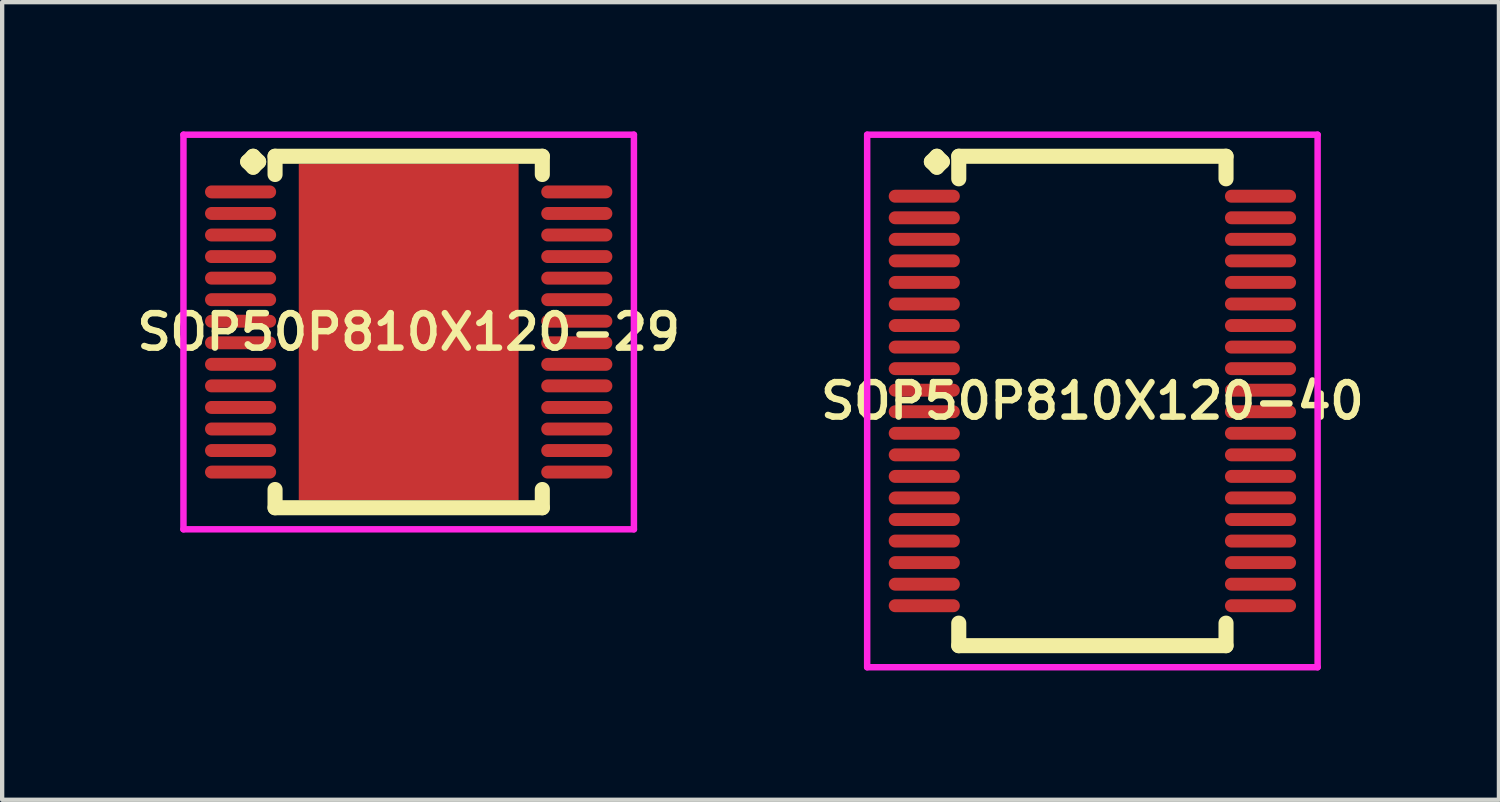
<source format=kicad_pcb>
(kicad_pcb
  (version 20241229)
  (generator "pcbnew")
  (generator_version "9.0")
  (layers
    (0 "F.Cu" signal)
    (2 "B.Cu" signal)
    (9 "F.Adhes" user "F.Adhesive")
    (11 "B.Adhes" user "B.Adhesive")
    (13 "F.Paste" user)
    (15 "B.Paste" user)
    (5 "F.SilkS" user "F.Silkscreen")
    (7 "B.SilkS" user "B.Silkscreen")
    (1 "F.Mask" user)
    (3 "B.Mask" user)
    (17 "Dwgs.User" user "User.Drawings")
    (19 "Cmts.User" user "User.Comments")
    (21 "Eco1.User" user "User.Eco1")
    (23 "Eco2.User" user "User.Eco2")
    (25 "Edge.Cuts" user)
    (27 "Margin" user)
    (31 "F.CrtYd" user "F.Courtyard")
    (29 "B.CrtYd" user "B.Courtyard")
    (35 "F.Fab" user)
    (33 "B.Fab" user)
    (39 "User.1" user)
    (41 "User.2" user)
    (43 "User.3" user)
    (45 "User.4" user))
  (footprint "SOP50P810X120-29"
    (layer "F.Cu")
    (at 6.431 4.652)
    (property "Reference" "SOP50P810X120-29" (at 0 0 0) (layer "F.SilkS") (effects (font (size 0.8 0.8) (thickness 0.15))))
    (attr through_hole)
    (fp_line (start -3.735 -3.95) (end -3.608 -4.077) (stroke (width 0.35) (type solid)) (layer "F.SilkS"))
    (fp_line (start -3.608 -4.077) (end -3.481 -3.95) (stroke (width 0.35) (type solid)) (layer "F.SilkS"))
    (fp_line (start -3.608 -3.823) (end -3.735 -3.95) (stroke (width 0.35) (type solid)) (layer "F.SilkS"))
    (fp_line (start -3.481 -3.95) (end -3.608 -3.823) (stroke (width 0.35) (type solid)) (layer "F.SilkS"))
    (fp_line (start -3.1 -4.077) (end 3.1 -4.077) (stroke (width 0.35) (type solid)) (layer "F.SilkS"))
    (fp_line (start -3.1 -3.654) (end -3.1 -4.077) (stroke (width 0.35) (type solid)) (layer "F.SilkS"))
    (fp_line (start -3.1 3.654) (end -3.1 4.077) (stroke (width 0.35) (type solid)) (layer "F.SilkS"))
    (fp_line (start -3.1 4.077) (end 3.1 4.077) (stroke (width 0.35) (type solid)) (layer "F.SilkS"))
    (fp_line (start 3.1 -4.077) (end 3.1 -3.654) (stroke (width 0.35) (type solid)) (layer "F.SilkS"))
    (fp_line (start 3.1 4.077) (end 3.1 3.654) (stroke (width 0.35) (type solid)) (layer "F.SilkS"))
    (fp_line (start -5.225 -4.577) (end 5.225 -4.577) (stroke (width 0.15) (type solid)) (layer "F.CrtYd"))
    (fp_line (start -5.225 4.577) (end -5.225 -4.577) (stroke (width 0.15) (type solid)) (layer "F.CrtYd"))
    (fp_line (start 5.225 -4.577) (end 5.225 4.577) (stroke (width 0.15) (type solid)) (layer "F.CrtYd"))
    (fp_line (start 5.225 4.577) (end -5.225 4.577) (stroke (width 0.15) (type solid)) (layer "F.CrtYd"))
    (pad "1" smd oval (at -3.9 -3.25) (size 1.65 0.3) (layers "F.Cu" "F.Mask" "F.Paste"))
    (pad "2" smd oval (at -3.9 -2.75) (size 1.65 0.3) (layers "F.Cu" "F.Mask" "F.Paste"))
    (pad "3" smd oval (at -3.9 -2.25) (size 1.65 0.3) (layers "F.Cu" "F.Mask" "F.Paste"))
    (pad "4" smd oval (at -3.9 -1.75) (size 1.65 0.3) (layers "F.Cu" "F.Mask" "F.Paste"))
    (pad "5" smd oval (at -3.9 -1.25) (size 1.65 0.3) (layers "F.Cu" "F.Mask" "F.Paste"))
    (pad "6" smd oval (at -3.9 -0.75) (size 1.65 0.3) (layers "F.Cu" "F.Mask" "F.Paste"))
    (pad "7" smd oval (at -3.9 -0.25) (size 1.65 0.3) (layers "F.Cu" "F.Mask" "F.Paste"))
    (pad "8" smd oval (at -3.9 0.25) (size 1.65 0.3) (layers "F.Cu" "F.Mask" "F.Paste"))
    (pad "9" smd oval (at -3.9 0.75) (size 1.65 0.3) (layers "F.Cu" "F.Mask" "F.Paste"))
    (pad "10" smd oval (at -3.9 1.25) (size 1.65 0.3) (layers "F.Cu" "F.Mask" "F.Paste"))
    (pad "11" smd oval (at -3.9 1.75) (size 1.65 0.3) (layers "F.Cu" "F.Mask" "F.Paste"))
    (pad "12" smd oval (at -3.9 2.25) (size 1.65 0.3) (layers "F.Cu" "F.Mask" "F.Paste"))
    (pad "13" smd oval (at -3.9 2.75) (size 1.65 0.3) (layers "F.Cu" "F.Mask" "F.Paste"))
    (pad "14" smd oval (at -3.9 3.25) (size 1.65 0.3) (layers "F.Cu" "F.Mask" "F.Paste"))
    (pad "15" smd oval (at 3.9 3.25) (size 1.65 0.3) (layers "F.Cu" "F.Mask" "F.Paste"))
    (pad "16" smd oval (at 3.9 2.75) (size 1.65 0.3) (layers "F.Cu" "F.Mask" "F.Paste"))
    (pad "17" smd oval (at 3.9 2.25) (size 1.65 0.3) (layers "F.Cu" "F.Mask" "F.Paste"))
    (pad "18" smd oval (at 3.9 1.75) (size 1.65 0.3) (layers "F.Cu" "F.Mask" "F.Paste"))
    (pad "19" smd oval (at 3.9 1.25) (size 1.65 0.3) (layers "F.Cu" "F.Mask" "F.Paste"))
    (pad "20" smd oval (at 3.9 0.75) (size 1.65 0.3) (layers "F.Cu" "F.Mask" "F.Paste"))
    (pad "21" smd oval (at 3.9 0.25) (size 1.65 0.3) (layers "F.Cu" "F.Mask" "F.Paste"))
    (pad "22" smd oval (at 3.9 -0.25) (size 1.65 0.3) (layers "F.Cu" "F.Mask" "F.Paste"))
    (pad "23" smd oval (at 3.9 -0.75) (size 1.65 0.3) (layers "F.Cu" "F.Mask" "F.Paste"))
    (pad "24" smd oval (at 3.9 -1.25) (size 1.65 0.3) (layers "F.Cu" "F.Mask" "F.Paste"))
    (pad "25" smd oval (at 3.9 -1.75) (size 1.65 0.3) (layers "F.Cu" "F.Mask" "F.Paste"))
    (pad "26" smd oval (at 3.9 -2.25) (size 1.65 0.3) (layers "F.Cu" "F.Mask" "F.Paste"))
    (pad "27" smd oval (at 3.9 -2.75) (size 1.65 0.3) (layers "F.Cu" "F.Mask" "F.Paste"))
    (pad "28" smd oval (at 3.9 -3.25) (size 1.65 0.3) (layers "F.Cu" "F.Mask" "F.Paste"))
    (pad "29" smd rect (at 0 0) (size 5.1 7.8) (layers "F.Cu" "F.Mask" "F.Paste")))
  (footprint "SOP50P810X120-40"
    (layer "F.Cu")
    (at 22.292 6.252)
    (property "Reference" "SOP50P810X120-40" (at 0 0 0) (layer "F.SilkS") (effects (font (size 0.8 0.8) (thickness 0.15))))
    (attr smd)
    (fp_line (start -3.735 -5.55) (end -3.608 -5.677) (stroke (width 0.35) (type solid)) (layer "F.SilkS"))
    (fp_line (start -3.608 -5.677) (end -3.481 -5.55) (stroke (width 0.35) (type solid)) (layer "F.SilkS"))
    (fp_line (start -3.608 -5.423) (end -3.735 -5.55) (stroke (width 0.35) (type solid)) (layer "F.SilkS"))
    (fp_line (start -3.481 -5.55) (end -3.608 -5.423) (stroke (width 0.35) (type solid)) (layer "F.SilkS"))
    (fp_line (start -3.1 -5.677) (end 3.1 -5.677) (stroke (width 0.35) (type solid)) (layer "F.SilkS"))
    (fp_line (start -3.1 -5.154) (end -3.1 -5.677) (stroke (width 0.35) (type solid)) (layer "F.SilkS"))
    (fp_line (start -3.1 5.154) (end -3.1 5.677) (stroke (width 0.35) (type solid)) (layer "F.SilkS"))
    (fp_line (start -3.1 5.677) (end 3.1 5.677) (stroke (width 0.35) (type solid)) (layer "F.SilkS"))
    (fp_line (start 3.1 -5.677) (end 3.1 -5.154) (stroke (width 0.35) (type solid)) (layer "F.SilkS"))
    (fp_line (start 3.1 5.677) (end 3.1 5.154) (stroke (width 0.35) (type solid)) (layer "F.SilkS"))
    (fp_line (start -5.225 -6.177) (end 5.225 -6.177) (stroke (width 0.15) (type solid)) (layer "F.CrtYd"))
    (fp_line (start -5.225 6.177) (end -5.225 -6.177) (stroke (width 0.15) (type solid)) (layer "F.CrtYd"))
    (fp_line (start 5.225 -6.177) (end 5.225 6.177) (stroke (width 0.15) (type solid)) (layer "F.CrtYd"))
    (fp_line (start 5.225 6.177) (end -5.225 6.177) (stroke (width 0.15) (type solid)) (layer "F.CrtYd"))
    (pad "1" smd oval (at -3.9 -4.75) (size 1.65 0.3) (layers "F.Cu" "F.Mask" "F.Paste"))
    (pad "2" smd oval (at -3.9 -4.25) (size 1.65 0.3) (layers "F.Cu" "F.Mask" "F.Paste"))
    (pad "3" smd oval (at -3.9 -3.75) (size 1.65 0.3) (layers "F.Cu" "F.Mask" "F.Paste"))
    (pad "4" smd oval (at -3.9 -3.25) (size 1.65 0.3) (layers "F.Cu" "F.Mask" "F.Paste"))
    (pad "5" smd oval (at -3.9 -2.75) (size 1.65 0.3) (layers "F.Cu" "F.Mask" "F.Paste"))
    (pad "6" smd oval (at -3.9 -2.25) (size 1.65 0.3) (layers "F.Cu" "F.Mask" "F.Paste"))
    (pad "7" smd oval (at -3.9 -1.75) (size 1.65 0.3) (layers "F.Cu" "F.Mask" "F.Paste"))
    (pad "8" smd oval (at -3.9 -1.25) (size 1.65 0.3) (layers "F.Cu" "F.Mask" "F.Paste"))
    (pad "9" smd oval (at -3.9 -0.75) (size 1.65 0.3) (layers "F.Cu" "F.Mask" "F.Paste"))
    (pad "10" smd oval (at -3.9 -0.25) (size 1.65 0.3) (layers "F.Cu" "F.Mask" "F.Paste"))
    (pad "11" smd oval (at -3.9 0.25) (size 1.65 0.3) (layers "F.Cu" "F.Mask" "F.Paste"))
    (pad "12" smd oval (at -3.9 0.75) (size 1.65 0.3) (layers "F.Cu" "F.Mask" "F.Paste"))
    (pad "13" smd oval (at -3.9 1.25) (size 1.65 0.3) (layers "F.Cu" "F.Mask" "F.Paste"))
    (pad "14" smd oval (at -3.9 1.75) (size 1.65 0.3) (layers "F.Cu" "F.Mask" "F.Paste"))
    (pad "15" smd oval (at -3.9 2.25) (size 1.65 0.3) (layers "F.Cu" "F.Mask" "F.Paste"))
    (pad "16" smd oval (at -3.9 2.75) (size 1.65 0.3) (layers "F.Cu" "F.Mask" "F.Paste"))
    (pad "17" smd oval (at -3.9 3.25) (size 1.65 0.3) (layers "F.Cu" "F.Mask" "F.Paste"))
    (pad "18" smd oval (at -3.9 3.75) (size 1.65 0.3) (layers "F.Cu" "F.Mask" "F.Paste"))
    (pad "19" smd oval (at -3.9 4.25) (size 1.65 0.3) (layers "F.Cu" "F.Mask" "F.Paste"))
    (pad "20" smd oval (at -3.9 4.75) (size 1.65 0.3) (layers "F.Cu" "F.Mask" "F.Paste"))
    (pad "21" smd oval (at 3.9 4.75) (size 1.65 0.3) (layers "F.Cu" "F.Mask" "F.Paste"))
    (pad "22" smd oval (at 3.9 4.25) (size 1.65 0.3) (layers "F.Cu" "F.Mask" "F.Paste"))
    (pad "23" smd oval (at 3.9 3.75) (size 1.65 0.3) (layers "F.Cu" "F.Mask" "F.Paste"))
    (pad "24" smd oval (at 3.9 3.25) (size 1.65 0.3) (layers "F.Cu" "F.Mask" "F.Paste"))
    (pad "25" smd oval (at 3.9 2.75) (size 1.65 0.3) (layers "F.Cu" "F.Mask" "F.Paste"))
    (pad "26" smd oval (at 3.9 2.25) (size 1.65 0.3) (layers "F.Cu" "F.Mask" "F.Paste"))
    (pad "27" smd oval (at 3.9 1.75) (size 1.65 0.3) (layers "F.Cu" "F.Mask" "F.Paste"))
    (pad "28" smd oval (at 3.9 1.25) (size 1.65 0.3) (layers "F.Cu" "F.Mask" "F.Paste"))
    (pad "29" smd oval (at 3.9 0.75) (size 1.65 0.3) (layers "F.Cu" "F.Mask" "F.Paste"))
    (pad "30" smd oval (at 3.9 0.25) (size 1.65 0.3) (layers "F.Cu" "F.Mask" "F.Paste"))
    (pad "31" smd oval (at 3.9 -0.25) (size 1.65 0.3) (layers "F.Cu" "F.Mask" "F.Paste"))
    (pad "32" smd oval (at 3.9 -0.75) (size 1.65 0.3) (layers "F.Cu" "F.Mask" "F.Paste"))
    (pad "33" smd oval (at 3.9 -1.25) (size 1.65 0.3) (layers "F.Cu" "F.Mask" "F.Paste"))
    (pad "34" smd oval (at 3.9 -1.75) (size 1.65 0.3) (layers "F.Cu" "F.Mask" "F.Paste"))
    (pad "35" smd oval (at 3.9 -2.25) (size 1.65 0.3) (layers "F.Cu" "F.Mask" "F.Paste"))
    (pad "36" smd oval (at 3.9 -2.75) (size 1.65 0.3) (layers "F.Cu" "F.Mask" "F.Paste"))
    (pad "37" smd oval (at 3.9 -3.25) (size 1.65 0.3) (layers "F.Cu" "F.Mask" "F.Paste"))
    (pad "38" smd oval (at 3.9 -3.75) (size 1.65 0.3) (layers "F.Cu" "F.Mask" "F.Paste"))
    (pad "39" smd oval (at 3.9 -4.25) (size 1.65 0.3) (layers "F.Cu" "F.Mask" "F.Paste"))
    (pad "40" smd oval (at 3.9 -4.75) (size 1.65 0.3) (layers "F.Cu" "F.Mask" "F.Paste")))
  (gr_rect
    (start -3 -3)
    (end 31.723 15.504)
    (stroke (width 0.1) (type default))
    (fill no)
    (layer "Edge.Cuts")))
</source>
